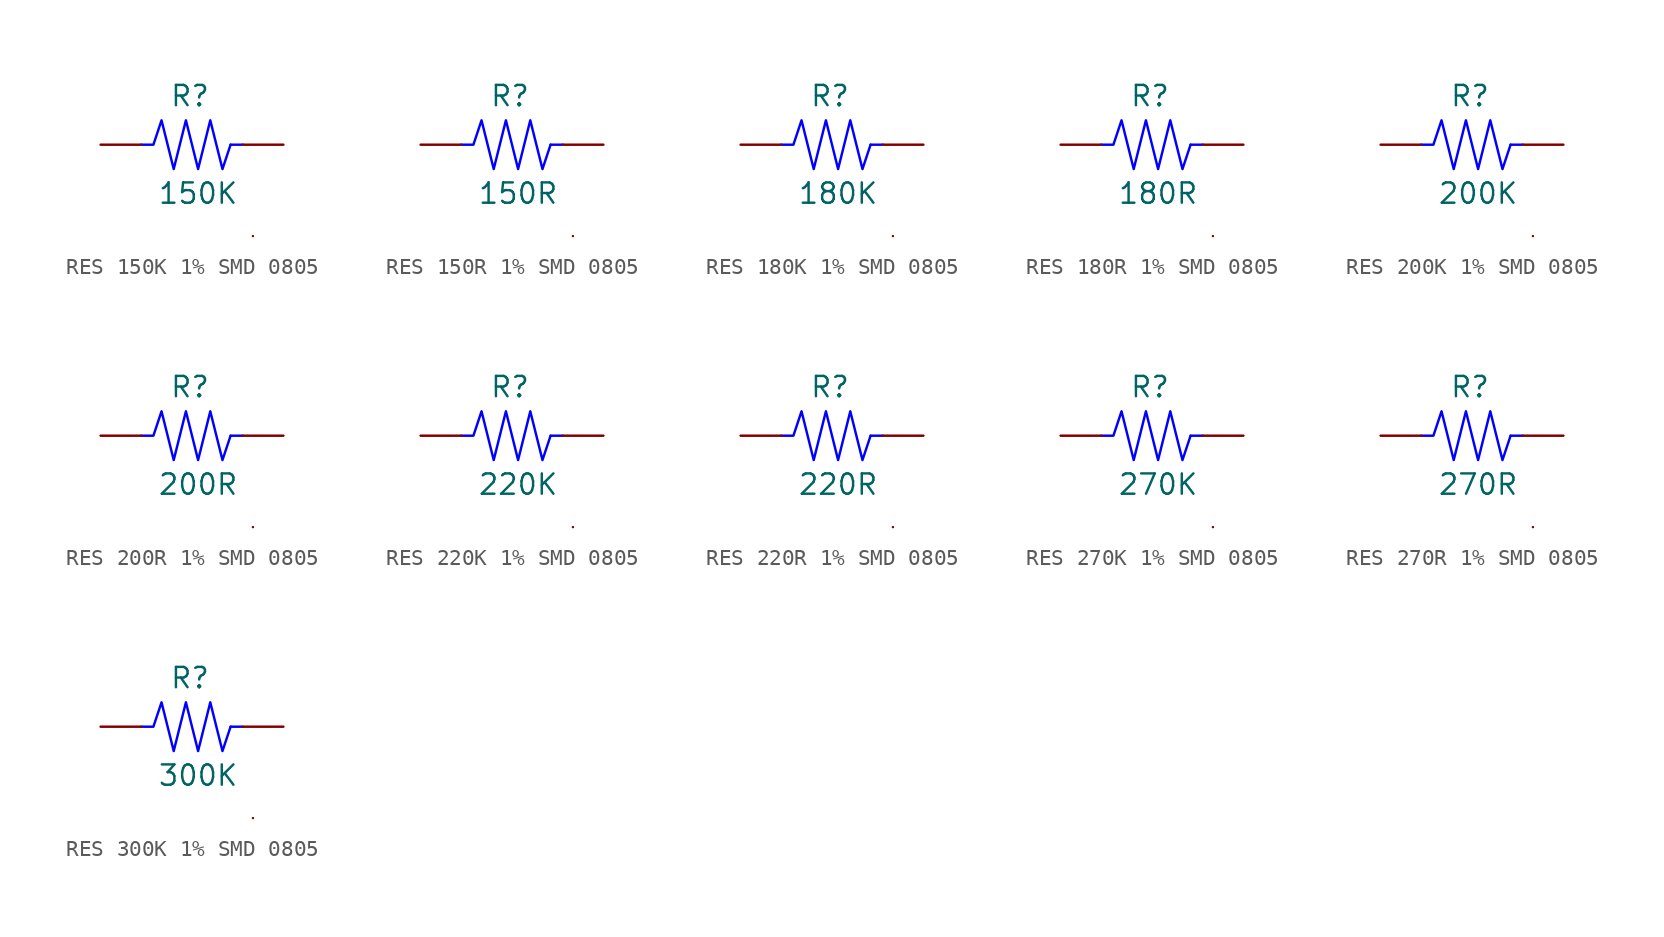
<source format=kicad_sym>
(kicad_symbol_lib
  (version 20231120)
  (generator "kicad_symbol_editor")
  (generator_version "8.0")
  (symbol "RES 150K 1% SMD 0805"
    (pin_numbers hide)
    (pin_names
      (offset 0) hide)
    (property "Reference" "R"
      (at -0.762 3.048 0)
      (effects (font (size 1.27 1.27))))
    (property "Value" "150K"
      (at -0.254 -3.048 0)
      (effects (font (size 1.27 1.27))))
    (symbol "RES 150K 1% SMD 0805_0_1"
      (polyline (pts (xy 1.778 0) (xy 2.54 0)) (stroke (width 0) (type default) (color 0 0 255 1)) (fill (type none)))
      (polyline (pts (xy 3.175 -5.715) (xy 3.175 -5.715)) (stroke (width 0) (type default)) (fill (type none)))
      (polyline (pts (xy -3.81 0) (xy -3.048 0) (xy -2.54 1.524) (xy -1.778 -1.524) (xy -1.016 1.524) (xy -0.254 -1.524) (xy 0.508 1.524) (xy 1.27 -1.524) (xy 1.778 0)) (stroke (width 0) (type default) (color 0 0 255 1)) (fill (type none))))
    (symbol "RES 150K 1% SMD 0805_1_1"
      (pin passive line (at -6.35 0 0) (length 2.54) (name "1" (effects (font (size 1.27 1.27)))) (number "1" (effects (font (size 1.27 1.27)))))
      (pin passive line (at 5.08 0 180) (length 2.54) (name "2" (effects (font (size 1.27 1.27)))) (number "2" (effects (font (size 1.27 1.27)))))))
  (symbol "RES 150R 1% SMD 0805"
    (pin_numbers hide)
    (pin_names
      (offset 0) hide)
    (property "Reference" "R"
      (at -0.762 3.048 0)
      (effects (font (size 1.27 1.27))))
    (property "Value" "150R"
      (at -0.254 -3.048 0)
      (effects (font (size 1.27 1.27))))
    (symbol "RES 150R 1% SMD 0805_0_1"
      (polyline (pts (xy 1.778 0) (xy 2.54 0)) (stroke (width 0) (type default) (color 0 0 255 1)) (fill (type none)))
      (polyline (pts (xy 3.175 -5.715) (xy 3.175 -5.715)) (stroke (width 0) (type default)) (fill (type none)))
      (polyline (pts (xy -3.81 0) (xy -3.048 0) (xy -2.54 1.524) (xy -1.778 -1.524) (xy -1.016 1.524) (xy -0.254 -1.524) (xy 0.508 1.524) (xy 1.27 -1.524) (xy 1.778 0)) (stroke (width 0) (type default) (color 0 0 255 1)) (fill (type none))))
    (symbol "RES 150R 1% SMD 0805_1_1"
      (pin passive line (at -6.35 0 0) (length 2.54) (name "1" (effects (font (size 1.27 1.27)))) (number "1" (effects (font (size 1.27 1.27)))))
      (pin passive line (at 5.08 0 180) (length 2.54) (name "2" (effects (font (size 1.27 1.27)))) (number "2" (effects (font (size 1.27 1.27)))))))
  (symbol "RES 180K 1% SMD 0805"
    (pin_numbers hide)
    (pin_names
      (offset 0) hide)
    (property "Reference" "R"
      (at -0.762 3.048 0)
      (effects (font (size 1.27 1.27))))
    (property "Value" "180K"
      (at -0.254 -3.048 0)
      (effects (font (size 1.27 1.27))))
    (symbol "RES 180K 1% SMD 0805_0_1"
      (polyline (pts (xy 1.778 0) (xy 2.54 0)) (stroke (width 0) (type default) (color 0 0 255 1)) (fill (type none)))
      (polyline (pts (xy 3.175 -5.715) (xy 3.175 -5.715)) (stroke (width 0) (type default)) (fill (type none)))
      (polyline (pts (xy -3.81 0) (xy -3.048 0) (xy -2.54 1.524) (xy -1.778 -1.524) (xy -1.016 1.524) (xy -0.254 -1.524) (xy 0.508 1.524) (xy 1.27 -1.524) (xy 1.778 0)) (stroke (width 0) (type default) (color 0 0 255 1)) (fill (type none))))
    (symbol "RES 180K 1% SMD 0805_1_1"
      (pin passive line (at -6.35 0 0) (length 2.54) (name "1" (effects (font (size 1.27 1.27)))) (number "1" (effects (font (size 1.27 1.27)))))
      (pin passive line (at 5.08 0 180) (length 2.54) (name "2" (effects (font (size 1.27 1.27)))) (number "2" (effects (font (size 1.27 1.27)))))))
  (symbol "RES 180R 1% SMD 0805"
    (pin_numbers hide)
    (pin_names
      (offset 0) hide)
    (property "Reference" "R"
      (at -0.762 3.048 0)
      (effects (font (size 1.27 1.27))))
    (property "Value" "180R"
      (at -0.254 -3.048 0)
      (effects (font (size 1.27 1.27))))
    (symbol "RES 180R 1% SMD 0805_0_1"
      (polyline (pts (xy 1.778 0) (xy 2.54 0)) (stroke (width 0) (type default) (color 0 0 255 1)) (fill (type none)))
      (polyline (pts (xy 3.175 -5.715) (xy 3.175 -5.715)) (stroke (width 0) (type default)) (fill (type none)))
      (polyline (pts (xy -3.81 0) (xy -3.048 0) (xy -2.54 1.524) (xy -1.778 -1.524) (xy -1.016 1.524) (xy -0.254 -1.524) (xy 0.508 1.524) (xy 1.27 -1.524) (xy 1.778 0)) (stroke (width 0) (type default) (color 0 0 255 1)) (fill (type none))))
    (symbol "RES 180R 1% SMD 0805_1_1"
      (pin passive line (at -6.35 0 0) (length 2.54) (name "1" (effects (font (size 1.27 1.27)))) (number "1" (effects (font (size 1.27 1.27)))))
      (pin passive line (at 5.08 0 180) (length 2.54) (name "2" (effects (font (size 1.27 1.27)))) (number "2" (effects (font (size 1.27 1.27)))))))
  (symbol "RES 200K 1% SMD 0805"
    (pin_numbers hide)
    (pin_names
      (offset 0) hide)
    (property "Reference" "R"
      (at -0.762 3.048 0)
      (effects (font (size 1.27 1.27))))
    (property "Value" "200K"
      (at -0.254 -3.048 0)
      (effects (font (size 1.27 1.27))))
    (symbol "RES 200K 1% SMD 0805_0_1"
      (polyline (pts (xy 1.778 0) (xy 2.54 0)) (stroke (width 0) (type default) (color 0 0 255 1)) (fill (type none)))
      (polyline (pts (xy 3.175 -5.715) (xy 3.175 -5.715)) (stroke (width 0) (type default)) (fill (type none)))
      (polyline (pts (xy -3.81 0) (xy -3.048 0) (xy -2.54 1.524) (xy -1.778 -1.524) (xy -1.016 1.524) (xy -0.254 -1.524) (xy 0.508 1.524) (xy 1.27 -1.524) (xy 1.778 0)) (stroke (width 0) (type default) (color 0 0 255 1)) (fill (type none))))
    (symbol "RES 200K 1% SMD 0805_1_1"
      (pin passive line (at -6.35 0 0) (length 2.54) (name "1" (effects (font (size 1.27 1.27)))) (number "1" (effects (font (size 1.27 1.27)))))
      (pin passive line (at 5.08 0 180) (length 2.54) (name "2" (effects (font (size 1.27 1.27)))) (number "2" (effects (font (size 1.27 1.27)))))))
  (symbol "RES 200R 1% SMD 0805"
    (pin_numbers hide)
    (pin_names
      (offset 0) hide)
    (property "Reference" "R"
      (at -0.762 3.048 0)
      (effects (font (size 1.27 1.27))))
    (property "Value" "200R"
      (at -0.254 -3.048 0)
      (effects (font (size 1.27 1.27))))
    (symbol "RES 200R 1% SMD 0805_0_1"
      (polyline (pts (xy 1.778 0) (xy 2.54 0)) (stroke (width 0) (type default) (color 0 0 255 1)) (fill (type none)))
      (polyline (pts (xy 3.175 -5.715) (xy 3.175 -5.715)) (stroke (width 0) (type default)) (fill (type none)))
      (polyline (pts (xy -3.81 0) (xy -3.048 0) (xy -2.54 1.524) (xy -1.778 -1.524) (xy -1.016 1.524) (xy -0.254 -1.524) (xy 0.508 1.524) (xy 1.27 -1.524) (xy 1.778 0)) (stroke (width 0) (type default) (color 0 0 255 1)) (fill (type none))))
    (symbol "RES 200R 1% SMD 0805_1_1"
      (pin passive line (at -6.35 0 0) (length 2.54) (name "1" (effects (font (size 1.27 1.27)))) (number "1" (effects (font (size 1.27 1.27)))))
      (pin passive line (at 5.08 0 180) (length 2.54) (name "2" (effects (font (size 1.27 1.27)))) (number "2" (effects (font (size 1.27 1.27)))))))
  (symbol "RES 220K 1% SMD 0805"
    (pin_numbers hide)
    (pin_names
      (offset 0) hide)
    (property "Reference" "R"
      (at -0.762 3.048 0)
      (effects (font (size 1.27 1.27))))
    (property "Value" "220K"
      (at -0.254 -3.048 0)
      (effects (font (size 1.27 1.27))))
    (symbol "RES 220K 1% SMD 0805_0_1"
      (polyline (pts (xy 1.778 0) (xy 2.54 0)) (stroke (width 0) (type default) (color 0 0 255 1)) (fill (type none)))
      (polyline (pts (xy 3.175 -5.715) (xy 3.175 -5.715)) (stroke (width 0) (type default)) (fill (type none)))
      (polyline (pts (xy -3.81 0) (xy -3.048 0) (xy -2.54 1.524) (xy -1.778 -1.524) (xy -1.016 1.524) (xy -0.254 -1.524) (xy 0.508 1.524) (xy 1.27 -1.524) (xy 1.778 0)) (stroke (width 0) (type default) (color 0 0 255 1)) (fill (type none))))
    (symbol "RES 220K 1% SMD 0805_1_1"
      (pin passive line (at -6.35 0 0) (length 2.54) (name "1" (effects (font (size 1.27 1.27)))) (number "1" (effects (font (size 1.27 1.27)))))
      (pin passive line (at 5.08 0 180) (length 2.54) (name "2" (effects (font (size 1.27 1.27)))) (number "2" (effects (font (size 1.27 1.27)))))))
  (symbol "RES 220R 1% SMD 0805"
    (pin_numbers hide)
    (pin_names
      (offset 0) hide)
    (property "Reference" "R"
      (at -0.762 3.048 0)
      (effects (font (size 1.27 1.27))))
    (property "Value" "220R"
      (at -0.254 -3.048 0)
      (effects (font (size 1.27 1.27))))
    (symbol "RES 220R 1% SMD 0805_0_1"
      (polyline (pts (xy 1.778 0) (xy 2.54 0)) (stroke (width 0) (type default) (color 0 0 255 1)) (fill (type none)))
      (polyline (pts (xy 3.175 -5.715) (xy 3.175 -5.715)) (stroke (width 0) (type default)) (fill (type none)))
      (polyline (pts (xy -3.81 0) (xy -3.048 0) (xy -2.54 1.524) (xy -1.778 -1.524) (xy -1.016 1.524) (xy -0.254 -1.524) (xy 0.508 1.524) (xy 1.27 -1.524) (xy 1.778 0)) (stroke (width 0) (type default) (color 0 0 255 1)) (fill (type none))))
    (symbol "RES 220R 1% SMD 0805_1_1"
      (pin passive line (at -6.35 0 0) (length 2.54) (name "1" (effects (font (size 1.27 1.27)))) (number "1" (effects (font (size 1.27 1.27)))))
      (pin passive line (at 5.08 0 180) (length 2.54) (name "2" (effects (font (size 1.27 1.27)))) (number "2" (effects (font (size 1.27 1.27)))))))
  (symbol "RES 270K 1% SMD 0805"
    (pin_numbers hide)
    (pin_names
      (offset 0) hide)
    (property "Reference" "R"
      (at -0.762 3.048 0)
      (effects (font (size 1.27 1.27))))
    (property "Value" "270K"
      (at -0.254 -3.048 0)
      (effects (font (size 1.27 1.27))))
    (symbol "RES 270K 1% SMD 0805_0_1"
      (polyline (pts (xy 1.778 0) (xy 2.54 0)) (stroke (width 0) (type default) (color 0 0 255 1)) (fill (type none)))
      (polyline (pts (xy 3.175 -5.715) (xy 3.175 -5.715)) (stroke (width 0) (type default)) (fill (type none)))
      (polyline (pts (xy -3.81 0) (xy -3.048 0) (xy -2.54 1.524) (xy -1.778 -1.524) (xy -1.016 1.524) (xy -0.254 -1.524) (xy 0.508 1.524) (xy 1.27 -1.524) (xy 1.778 0)) (stroke (width 0) (type default) (color 0 0 255 1)) (fill (type none))))
    (symbol "RES 270K 1% SMD 0805_1_1"
      (pin passive line (at -6.35 0 0) (length 2.54) (name "1" (effects (font (size 1.27 1.27)))) (number "1" (effects (font (size 1.27 1.27)))))
      (pin passive line (at 5.08 0 180) (length 2.54) (name "2" (effects (font (size 1.27 1.27)))) (number "2" (effects (font (size 1.27 1.27)))))))
  (symbol "RES 270R 1% SMD 0805"
    (pin_numbers hide)
    (pin_names
      (offset 0) hide)
    (property "Reference" "R"
      (at -0.762 3.048 0)
      (effects (font (size 1.27 1.27))))
    (property "Value" "270R"
      (at -0.254 -3.048 0)
      (effects (font (size 1.27 1.27))))
    (symbol "RES 270R 1% SMD 0805_0_1"
      (polyline (pts (xy 1.778 0) (xy 2.54 0)) (stroke (width 0) (type default) (color 0 0 255 1)) (fill (type none)))
      (polyline (pts (xy 3.175 -5.715) (xy 3.175 -5.715)) (stroke (width 0) (type default)) (fill (type none)))
      (polyline (pts (xy -3.81 0) (xy -3.048 0) (xy -2.54 1.524) (xy -1.778 -1.524) (xy -1.016 1.524) (xy -0.254 -1.524) (xy 0.508 1.524) (xy 1.27 -1.524) (xy 1.778 0)) (stroke (width 0) (type default) (color 0 0 255 1)) (fill (type none))))
    (symbol "RES 270R 1% SMD 0805_1_1"
      (pin passive line (at -6.35 0 0) (length 2.54) (name "1" (effects (font (size 1.27 1.27)))) (number "1" (effects (font (size 1.27 1.27)))))
      (pin passive line (at 5.08 0 180) (length 2.54) (name "2" (effects (font (size 1.27 1.27)))) (number "2" (effects (font (size 1.27 1.27)))))))
  (symbol "RES 300K 1% SMD 0805"
    (pin_numbers hide)
    (pin_names
      (offset 0) hide)
    (property "Reference" "R"
      (at -0.762 3.048 0)
      (effects (font (size 1.27 1.27))))
    (property "Value" "300K"
      (at -0.254 -3.048 0)
      (effects (font (size 1.27 1.27))))
    (symbol "RES 300K 1% SMD 0805_0_1"
      (polyline (pts (xy 1.778 0) (xy 2.54 0)) (stroke (width 0) (type default) (color 0 0 255 1)) (fill (type none)))
      (polyline (pts (xy 3.175 -5.715) (xy 3.175 -5.715)) (stroke (width 0) (type default)) (fill (type none)))
      (polyline (pts (xy -3.81 0) (xy -3.048 0) (xy -2.54 1.524) (xy -1.778 -1.524) (xy -1.016 1.524) (xy -0.254 -1.524) (xy 0.508 1.524) (xy 1.27 -1.524) (xy 1.778 0)) (stroke (width 0) (type default) (color 0 0 255 1)) (fill (type none))))
    (symbol "RES 300K 1% SMD 0805_1_1"
      (pin passive line (at -6.35 0 0) (length 2.54) (name "1" (effects (font (size 1.27 1.27)))) (number "1" (effects (font (size 1.27 1.27)))))
      (pin passive line (at 5.08 0 180) (length 2.54) (name "2" (effects (font (size 1.27 1.27)))) (number "2" (effects (font (size 1.27 1.27))))))))
</source>
